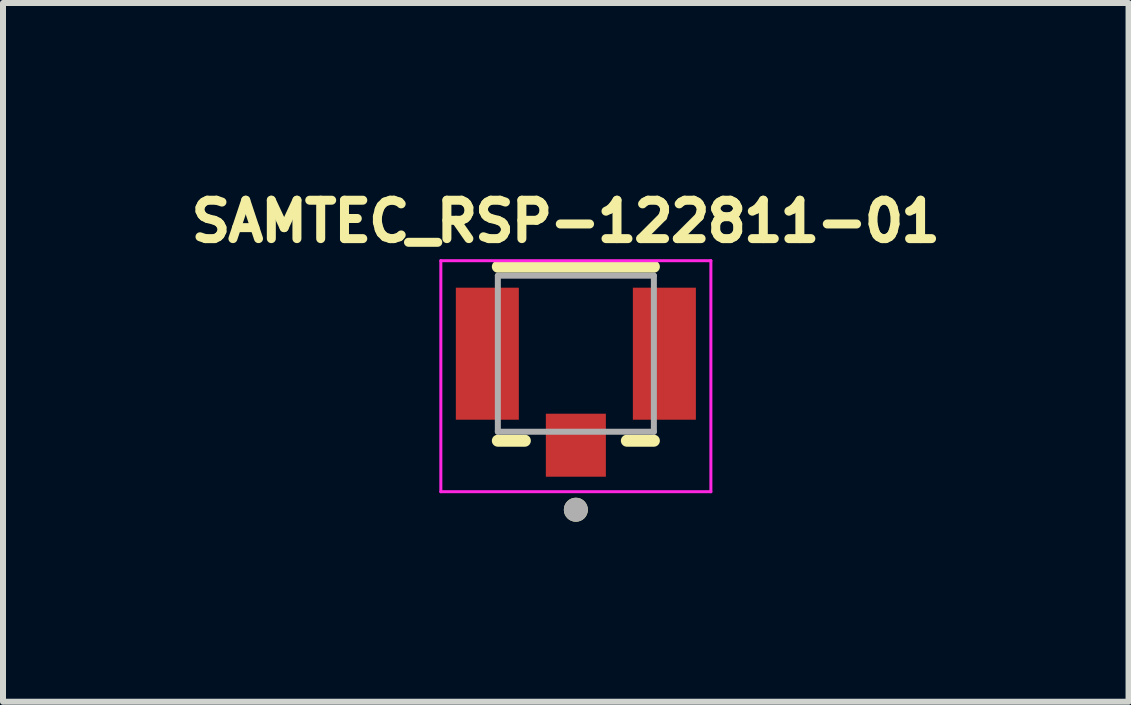
<source format=kicad_pcb>
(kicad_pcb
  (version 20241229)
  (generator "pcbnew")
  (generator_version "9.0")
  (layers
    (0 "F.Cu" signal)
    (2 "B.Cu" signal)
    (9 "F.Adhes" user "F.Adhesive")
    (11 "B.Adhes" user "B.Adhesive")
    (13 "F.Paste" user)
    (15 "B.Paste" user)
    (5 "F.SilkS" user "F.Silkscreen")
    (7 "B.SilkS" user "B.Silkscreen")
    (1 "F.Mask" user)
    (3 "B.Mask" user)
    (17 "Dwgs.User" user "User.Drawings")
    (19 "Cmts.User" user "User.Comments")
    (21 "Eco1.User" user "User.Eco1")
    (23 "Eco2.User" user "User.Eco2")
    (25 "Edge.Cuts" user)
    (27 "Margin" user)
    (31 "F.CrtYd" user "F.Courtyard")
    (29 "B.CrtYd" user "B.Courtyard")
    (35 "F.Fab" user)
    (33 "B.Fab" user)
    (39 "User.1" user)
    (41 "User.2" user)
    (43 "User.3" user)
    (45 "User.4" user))
  (footprint "SAMTEC_RSP-122811-01"
    (layer "F.Cu")
    (at 6.546 2.844)
    (property "Reference" "SAMTEC_RSP-122811-01" (at -0.168 -2.206 0) (layer "F.SilkS") (effects (font (size 0.64 0.64) (thickness 0.15))))
    (attr through_hole)
    (fp_line (start -0.85 1.45) (end -1.3 1.45) (stroke (width 0.2) (type solid)) (layer "F.SilkS"))
    (fp_line (start 0.85 1.45) (end 1.3 1.45) (stroke (width 0.2) (type solid)) (layer "F.SilkS"))
    (fp_line (start 1.3 -1.45) (end -1.3 -1.45) (stroke (width 0.2) (type solid)) (layer "F.SilkS"))
    (fp_circle (center 0 2.6) (end 0.1 2.6) (stroke (width 0.2) (type solid)) (fill no) (layer "F.SilkS"))
    (fp_line (start -2.25 -1.55) (end -2.25 2.3) (stroke (width 0.05) (type solid)) (layer "F.CrtYd"))
    (fp_line (start -2.25 2.3) (end 2.25 2.3) (stroke (width 0.05) (type solid)) (layer "F.CrtYd"))
    (fp_line (start 2.25 -1.55) (end -2.25 -1.55) (stroke (width 0.05) (type solid)) (layer "F.CrtYd"))
    (fp_line (start 2.25 2.3) (end 2.25 -1.55) (stroke (width 0.05) (type solid)) (layer "F.CrtYd"))
    (fp_line (start -1.3 -1.3) (end -1.3 1.3) (stroke (width 0.1) (type solid)) (layer "F.Fab"))
    (fp_line (start -1.3 1.3) (end 1.3 1.3) (stroke (width 0.1) (type solid)) (layer "F.Fab"))
    (fp_line (start 1.3 -1.3) (end -1.3 -1.3) (stroke (width 0.1) (type solid)) (layer "F.Fab"))
    (fp_line (start 1.3 1.3) (end 1.3 -1.3) (stroke (width 0.1) (type solid)) (layer "F.Fab"))
    (fp_circle (center 0 2.6) (end 0.1 2.6) (stroke (width 0.2) (type solid)) (fill no) (layer "F.Fab"))
    (pad "1" smd rect (at 0 1.525) (size 1 1.05) (layers "F.Cu" "F.Mask" "F.Paste"))
    (pad "G1" smd rect (at -1.475 0) (size 1.05 2.2) (layers "F.Cu" "F.Mask" "F.Paste"))
    (pad "G2" smd rect (at 1.475 0) (size 1.05 2.2) (layers "F.Cu" "F.Mask" "F.Paste")))
  (gr_rect
    (start -3 -3)
    (end 15.756 8.644)
    (stroke (width 0.1) (type default))
    (fill no)
    (layer "Edge.Cuts")))
</source>
